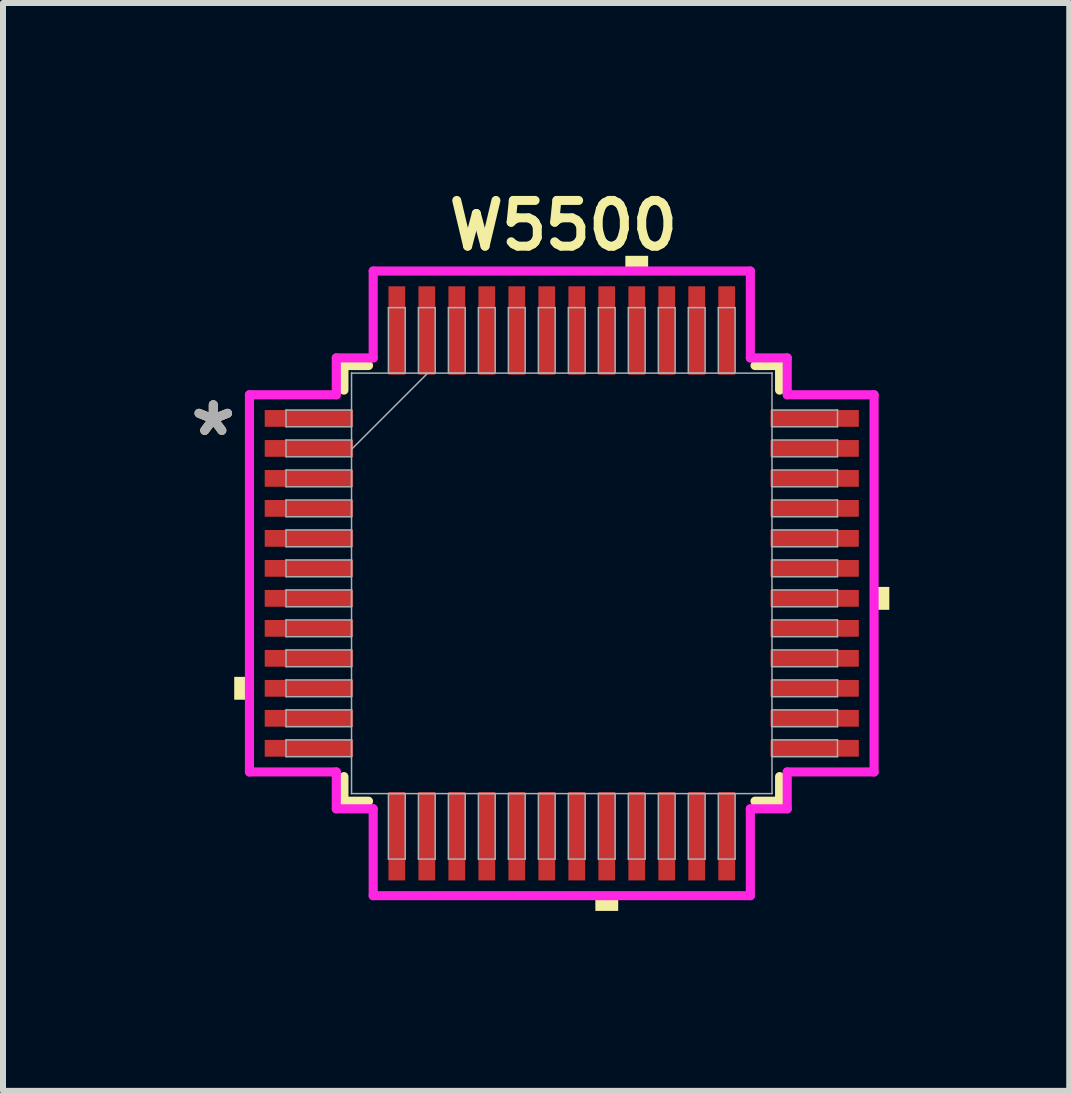
<source format=kicad_pcb>
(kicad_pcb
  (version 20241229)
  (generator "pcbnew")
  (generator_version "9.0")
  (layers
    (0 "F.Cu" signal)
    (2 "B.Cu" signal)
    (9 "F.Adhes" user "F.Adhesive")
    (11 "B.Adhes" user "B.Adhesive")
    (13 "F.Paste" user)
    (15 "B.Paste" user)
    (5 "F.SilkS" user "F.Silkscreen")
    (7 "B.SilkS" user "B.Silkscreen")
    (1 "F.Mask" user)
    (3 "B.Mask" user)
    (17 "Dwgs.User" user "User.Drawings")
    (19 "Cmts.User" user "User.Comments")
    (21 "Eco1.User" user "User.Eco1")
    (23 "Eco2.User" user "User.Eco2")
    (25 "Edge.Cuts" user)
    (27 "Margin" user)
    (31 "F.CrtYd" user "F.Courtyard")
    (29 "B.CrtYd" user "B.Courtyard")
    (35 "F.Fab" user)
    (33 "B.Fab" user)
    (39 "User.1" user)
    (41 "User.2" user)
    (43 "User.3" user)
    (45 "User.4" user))
  (footprint "W5500"
    (layer "F.Cu")
    (at 6.316 6.676)
    (property "Reference" "W5500" (at 0.027 -5.967 0) (unlocked yes) (layer "F.SilkS") (effects (font (size 0.762 0.762) (thickness 0.15))))
    (attr smd)
    (fp_line (start -3.632 -3.632) (end -3.632 -3.222) (stroke (width 0.152) (type solid)) (layer "F.SilkS"))
    (fp_line (start -3.632 3.222) (end -3.632 3.632) (stroke (width 0.152) (type solid)) (layer "F.SilkS"))
    (fp_line (start -3.632 3.632) (end -3.222 3.632) (stroke (width 0.152) (type solid)) (layer "F.SilkS"))
    (fp_line (start -3.222 -3.632) (end -3.632 -3.632) (stroke (width 0.152) (type solid)) (layer "F.SilkS"))
    (fp_line (start 3.222 3.632) (end 3.632 3.632) (stroke (width 0.152) (type solid)) (layer "F.SilkS"))
    (fp_line (start 3.632 -3.632) (end 3.222 -3.632) (stroke (width 0.152) (type solid)) (layer "F.SilkS"))
    (fp_line (start 3.632 -3.222) (end 3.632 -3.632) (stroke (width 0.152) (type solid)) (layer "F.SilkS"))
    (fp_line (start 3.632 3.632) (end 3.632 3.222) (stroke (width 0.152) (type solid)) (layer "F.SilkS"))
    (fp_poly (pts (xy -5.461 1.559) (xy -5.461 1.94) (xy -5.207 1.94) (xy -5.207 1.559)) (stroke (width 0) (type solid)) (fill yes) (layer "F.SilkS"))
    (fp_poly (pts (xy 0.56 5.207) (xy 0.56 5.461) (xy 0.941 5.461) (xy 0.941 5.207)) (stroke (width 0) (type solid)) (fill yes) (layer "F.SilkS"))
    (fp_poly (pts (xy 1.06 -5.207) (xy 1.06 -5.461) (xy 1.44 -5.461) (xy 1.44 -5.207)) (stroke (width 0) (type solid)) (fill yes) (layer "F.SilkS"))
    (fp_poly (pts (xy 5.461 0.059) (xy 5.461 0.441) (xy 5.207 0.441) (xy 5.207 0.059)) (stroke (width 0) (type solid)) (fill yes) (layer "F.SilkS"))
    (fp_line (start -5.207 -3.144) (end -3.759 -3.144) (stroke (width 0.152) (type solid)) (layer "F.CrtYd"))
    (fp_line (start -5.207 3.144) (end -5.207 -3.144) (stroke (width 0.152) (type solid)) (layer "F.CrtYd"))
    (fp_line (start -3.759 -3.759) (end -3.144 -3.759) (stroke (width 0.152) (type solid)) (layer "F.CrtYd"))
    (fp_line (start -3.759 -3.144) (end -3.759 -3.759) (stroke (width 0.152) (type solid)) (layer "F.CrtYd"))
    (fp_line (start -3.759 3.144) (end -5.207 3.144) (stroke (width 0.152) (type solid)) (layer "F.CrtYd"))
    (fp_line (start -3.759 3.759) (end -3.759 3.144) (stroke (width 0.152) (type solid)) (layer "F.CrtYd"))
    (fp_line (start -3.759 3.759) (end -3.144 3.759) (stroke (width 0.152) (type solid)) (layer "F.CrtYd"))
    (fp_line (start -3.144 -5.207) (end 3.144 -5.207) (stroke (width 0.152) (type solid)) (layer "F.CrtYd"))
    (fp_line (start -3.144 -3.759) (end -3.144 -5.207) (stroke (width 0.152) (type solid)) (layer "F.CrtYd"))
    (fp_line (start -3.144 3.759) (end -3.144 5.207) (stroke (width 0.152) (type solid)) (layer "F.CrtYd"))
    (fp_line (start -3.144 5.207) (end 3.144 5.207) (stroke (width 0.152) (type solid)) (layer "F.CrtYd"))
    (fp_line (start 3.144 -5.207) (end 3.144 -3.759) (stroke (width 0.152) (type solid)) (layer "F.CrtYd"))
    (fp_line (start 3.144 -3.759) (end 3.759 -3.759) (stroke (width 0.152) (type solid)) (layer "F.CrtYd"))
    (fp_line (start 3.144 3.759) (end 3.759 3.759) (stroke (width 0.152) (type solid)) (layer "F.CrtYd"))
    (fp_line (start 3.144 5.207) (end 3.144 3.759) (stroke (width 0.152) (type solid)) (layer "F.CrtYd"))
    (fp_line (start 3.759 -3.144) (end 3.759 -3.759) (stroke (width 0.152) (type solid)) (layer "F.CrtYd"))
    (fp_line (start 3.759 3.144) (end 5.207 3.144) (stroke (width 0.152) (type solid)) (layer "F.CrtYd"))
    (fp_line (start 3.759 3.759) (end 3.759 3.144) (stroke (width 0.152) (type solid)) (layer "F.CrtYd"))
    (fp_line (start 5.207 -3.144) (end 3.759 -3.144) (stroke (width 0.152) (type solid)) (layer "F.CrtYd"))
    (fp_line (start 5.207 3.144) (end 5.207 -3.144) (stroke (width 0.152) (type solid)) (layer "F.CrtYd"))
    (fp_line (start -4.597 -2.89) (end -4.597 -2.61) (stroke (width 0.025) (type solid)) (layer "F.Fab"))
    (fp_line (start -4.597 -2.61) (end -3.505 -2.61) (stroke (width 0.025) (type solid)) (layer "F.Fab"))
    (fp_line (start -4.597 -2.39) (end -4.597 -2.11) (stroke (width 0.025) (type solid)) (layer "F.Fab"))
    (fp_line (start -4.597 -2.11) (end -3.505 -2.11) (stroke (width 0.025) (type solid)) (layer "F.Fab"))
    (fp_line (start -4.597 -1.89) (end -4.597 -1.61) (stroke (width 0.025) (type solid)) (layer "F.Fab"))
    (fp_line (start -4.597 -1.61) (end -3.505 -1.61) (stroke (width 0.025) (type solid)) (layer "F.Fab"))
    (fp_line (start -4.597 -1.39) (end -4.597 -1.11) (stroke (width 0.025) (type solid)) (layer "F.Fab"))
    (fp_line (start -4.597 -1.11) (end -3.505 -1.11) (stroke (width 0.025) (type solid)) (layer "F.Fab"))
    (fp_line (start -4.597 -0.89) (end -4.597 -0.61) (stroke (width 0.025) (type solid)) (layer "F.Fab"))
    (fp_line (start -4.597 -0.61) (end -3.505 -0.61) (stroke (width 0.025) (type solid)) (layer "F.Fab"))
    (fp_line (start -4.597 -0.39) (end -4.597 -0.11) (stroke (width 0.025) (type solid)) (layer "F.Fab"))
    (fp_line (start -4.597 -0.11) (end -3.505 -0.11) (stroke (width 0.025) (type solid)) (layer "F.Fab"))
    (fp_line (start -4.597 0.11) (end -4.597 0.39) (stroke (width 0.025) (type solid)) (layer "F.Fab"))
    (fp_line (start -4.597 0.39) (end -3.505 0.39) (stroke (width 0.025) (type solid)) (layer "F.Fab"))
    (fp_line (start -4.597 0.61) (end -4.597 0.89) (stroke (width 0.025) (type solid)) (layer "F.Fab"))
    (fp_line (start -4.597 0.89) (end -3.505 0.89) (stroke (width 0.025) (type solid)) (layer "F.Fab"))
    (fp_line (start -4.597 1.11) (end -4.597 1.39) (stroke (width 0.025) (type solid)) (layer "F.Fab"))
    (fp_line (start -4.597 1.39) (end -3.505 1.39) (stroke (width 0.025) (type solid)) (layer "F.Fab"))
    (fp_line (start -4.597 1.61) (end -4.597 1.89) (stroke (width 0.025) (type solid)) (layer "F.Fab"))
    (fp_line (start -4.597 1.89) (end -3.505 1.89) (stroke (width 0.025) (type solid)) (layer "F.Fab"))
    (fp_line (start -4.597 2.11) (end -4.597 2.39) (stroke (width 0.025) (type solid)) (layer "F.Fab"))
    (fp_line (start -4.597 2.39) (end -3.505 2.39) (stroke (width 0.025) (type solid)) (layer "F.Fab"))
    (fp_line (start -4.597 2.61) (end -4.597 2.89) (stroke (width 0.025) (type solid)) (layer "F.Fab"))
    (fp_line (start -4.597 2.89) (end -3.505 2.89) (stroke (width 0.025) (type solid)) (layer "F.Fab"))
    (fp_line (start -3.505 -3.505) (end -3.505 -3.505) (stroke (width 0.025) (type solid)) (layer "F.Fab"))
    (fp_line (start -3.505 -3.505) (end -3.505 3.505) (stroke (width 0.025) (type solid)) (layer "F.Fab"))
    (fp_line (start -3.505 -2.89) (end -4.597 -2.89) (stroke (width 0.025) (type solid)) (layer "F.Fab"))
    (fp_line (start -3.505 -2.61) (end -3.505 -2.89) (stroke (width 0.025) (type solid)) (layer "F.Fab"))
    (fp_line (start -3.505 -2.39) (end -4.597 -2.39) (stroke (width 0.025) (type solid)) (layer "F.Fab"))
    (fp_line (start -3.505 -2.235) (end -2.235 -3.505) (stroke (width 0.025) (type solid)) (layer "F.Fab"))
    (fp_line (start -3.505 -2.11) (end -3.505 -2.39) (stroke (width 0.025) (type solid)) (layer "F.Fab"))
    (fp_line (start -3.505 -1.89) (end -4.597 -1.89) (stroke (width 0.025) (type solid)) (layer "F.Fab"))
    (fp_line (start -3.505 -1.61) (end -3.505 -1.89) (stroke (width 0.025) (type solid)) (layer "F.Fab"))
    (fp_line (start -3.505 -1.39) (end -4.597 -1.39) (stroke (width 0.025) (type solid)) (layer "F.Fab"))
    (fp_line (start -3.505 -1.11) (end -3.505 -1.39) (stroke (width 0.025) (type solid)) (layer "F.Fab"))
    (fp_line (start -3.505 -0.89) (end -4.597 -0.89) (stroke (width 0.025) (type solid)) (layer "F.Fab"))
    (fp_line (start -3.505 -0.61) (end -3.505 -0.89) (stroke (width 0.025) (type solid)) (layer "F.Fab"))
    (fp_line (start -3.505 -0.39) (end -4.597 -0.39) (stroke (width 0.025) (type solid)) (layer "F.Fab"))
    (fp_line (start -3.505 -0.11) (end -3.505 -0.39) (stroke (width 0.025) (type solid)) (layer "F.Fab"))
    (fp_line (start -3.505 0.11) (end -4.597 0.11) (stroke (width 0.025) (type solid)) (layer "F.Fab"))
    (fp_line (start -3.505 0.39) (end -3.505 0.11) (stroke (width 0.025) (type solid)) (layer "F.Fab"))
    (fp_line (start -3.505 0.61) (end -4.597 0.61) (stroke (width 0.025) (type solid)) (layer "F.Fab"))
    (fp_line (start -3.505 0.89) (end -3.505 0.61) (stroke (width 0.025) (type solid)) (layer "F.Fab"))
    (fp_line (start -3.505 1.11) (end -4.597 1.11) (stroke (width 0.025) (type solid)) (layer "F.Fab"))
    (fp_line (start -3.505 1.39) (end -3.505 1.11) (stroke (width 0.025) (type solid)) (layer "F.Fab"))
    (fp_line (start -3.505 1.61) (end -4.597 1.61) (stroke (width 0.025) (type solid)) (layer "F.Fab"))
    (fp_line (start -3.505 1.89) (end -3.505 1.61) (stroke (width 0.025) (type solid)) (layer "F.Fab"))
    (fp_line (start -3.505 2.11) (end -4.597 2.11) (stroke (width 0.025) (type solid)) (layer "F.Fab"))
    (fp_line (start -3.505 2.39) (end -3.505 2.11) (stroke (width 0.025) (type solid)) (layer "F.Fab"))
    (fp_line (start -3.505 2.61) (end -4.597 2.61) (stroke (width 0.025) (type solid)) (layer "F.Fab"))
    (fp_line (start -3.505 2.89) (end -3.505 2.61) (stroke (width 0.025) (type solid)) (layer "F.Fab"))
    (fp_line (start -3.505 3.505) (end -3.505 3.505) (stroke (width 0.025) (type solid)) (layer "F.Fab"))
    (fp_line (start -3.505 3.505) (end 3.505 3.505) (stroke (width 0.025) (type solid)) (layer "F.Fab"))
    (fp_line (start -2.89 -4.597) (end -2.89 -3.505) (stroke (width 0.025) (type solid)) (layer "F.Fab"))
    (fp_line (start -2.89 -3.505) (end -2.61 -3.505) (stroke (width 0.025) (type solid)) (layer "F.Fab"))
    (fp_line (start -2.89 3.505) (end -2.89 4.597) (stroke (width 0.025) (type solid)) (layer "F.Fab"))
    (fp_line (start -2.89 4.597) (end -2.61 4.597) (stroke (width 0.025) (type solid)) (layer "F.Fab"))
    (fp_line (start -2.61 -4.597) (end -2.89 -4.597) (stroke (width 0.025) (type solid)) (layer "F.Fab"))
    (fp_line (start -2.61 -3.505) (end -2.61 -4.597) (stroke (width 0.025) (type solid)) (layer "F.Fab"))
    (fp_line (start -2.61 3.505) (end -2.89 3.505) (stroke (width 0.025) (type solid)) (layer "F.Fab"))
    (fp_line (start -2.61 4.597) (end -2.61 3.505) (stroke (width 0.025) (type solid)) (layer "F.Fab"))
    (fp_line (start -2.39 -4.597) (end -2.39 -3.505) (stroke (width 0.025) (type solid)) (layer "F.Fab"))
    (fp_line (start -2.39 -3.505) (end -2.11 -3.505) (stroke (width 0.025) (type solid)) (layer "F.Fab"))
    (fp_line (start -2.39 3.505) (end -2.39 4.597) (stroke (width 0.025) (type solid)) (layer "F.Fab"))
    (fp_line (start -2.39 4.597) (end -2.11 4.597) (stroke (width 0.025) (type solid)) (layer "F.Fab"))
    (fp_line (start -2.11 -4.597) (end -2.39 -4.597) (stroke (width 0.025) (type solid)) (layer "F.Fab"))
    (fp_line (start -2.11 -3.505) (end -2.11 -4.597) (stroke (width 0.025) (type solid)) (layer "F.Fab"))
    (fp_line (start -2.11 3.505) (end -2.39 3.505) (stroke (width 0.025) (type solid)) (layer "F.Fab"))
    (fp_line (start -2.11 4.597) (end -2.11 3.505) (stroke (width 0.025) (type solid)) (layer "F.Fab"))
    (fp_line (start -1.89 -4.597) (end -1.89 -3.505) (stroke (width 0.025) (type solid)) (layer "F.Fab"))
    (fp_line (start -1.89 -3.505) (end -1.61 -3.505) (stroke (width 0.025) (type solid)) (layer "F.Fab"))
    (fp_line (start -1.89 3.505) (end -1.89 4.597) (stroke (width 0.025) (type solid)) (layer "F.Fab"))
    (fp_line (start -1.89 4.597) (end -1.61 4.597) (stroke (width 0.025) (type solid)) (layer "F.Fab"))
    (fp_line (start -1.61 -4.597) (end -1.89 -4.597) (stroke (width 0.025) (type solid)) (layer "F.Fab"))
    (fp_line (start -1.61 -3.505) (end -1.61 -4.597) (stroke (width 0.025) (type solid)) (layer "F.Fab"))
    (fp_line (start -1.61 3.505) (end -1.89 3.505) (stroke (width 0.025) (type solid)) (layer "F.Fab"))
    (fp_line (start -1.61 4.597) (end -1.61 3.505) (stroke (width 0.025) (type solid)) (layer "F.Fab"))
    (fp_line (start -1.39 -4.597) (end -1.39 -3.505) (stroke (width 0.025) (type solid)) (layer "F.Fab"))
    (fp_line (start -1.39 -3.505) (end -1.11 -3.505) (stroke (width 0.025) (type solid)) (layer "F.Fab"))
    (fp_line (start -1.39 3.505) (end -1.39 4.597) (stroke (width 0.025) (type solid)) (layer "F.Fab"))
    (fp_line (start -1.39 4.597) (end -1.11 4.597) (stroke (width 0.025) (type solid)) (layer "F.Fab"))
    (fp_line (start -1.11 -4.597) (end -1.39 -4.597) (stroke (width 0.025) (type solid)) (layer "F.Fab"))
    (fp_line (start -1.11 -3.505) (end -1.11 -4.597) (stroke (width 0.025) (type solid)) (layer "F.Fab"))
    (fp_line (start -1.11 3.505) (end -1.39 3.505) (stroke (width 0.025) (type solid)) (layer "F.Fab"))
    (fp_line (start -1.11 4.597) (end -1.11 3.505) (stroke (width 0.025) (type solid)) (layer "F.Fab"))
    (fp_line (start -0.89 -4.597) (end -0.89 -3.505) (stroke (width 0.025) (type solid)) (layer "F.Fab"))
    (fp_line (start -0.89 -3.505) (end -0.61 -3.505) (stroke (width 0.025) (type solid)) (layer "F.Fab"))
    (fp_line (start -0.89 3.505) (end -0.89 4.597) (stroke (width 0.025) (type solid)) (layer "F.Fab"))
    (fp_line (start -0.89 4.597) (end -0.61 4.597) (stroke (width 0.025) (type solid)) (layer "F.Fab"))
    (fp_line (start -0.61 -4.597) (end -0.89 -4.597) (stroke (width 0.025) (type solid)) (layer "F.Fab"))
    (fp_line (start -0.61 -3.505) (end -0.61 -4.597) (stroke (width 0.025) (type solid)) (layer "F.Fab"))
    (fp_line (start -0.61 3.505) (end -0.89 3.505) (stroke (width 0.025) (type solid)) (layer "F.Fab"))
    (fp_line (start -0.61 4.597) (end -0.61 3.505) (stroke (width 0.025) (type solid)) (layer "F.Fab"))
    (fp_line (start -0.39 -4.597) (end -0.39 -3.505) (stroke (width 0.025) (type solid)) (layer "F.Fab"))
    (fp_line (start -0.39 -3.505) (end -0.11 -3.505) (stroke (width 0.025) (type solid)) (layer "F.Fab"))
    (fp_line (start -0.39 3.505) (end -0.39 4.597) (stroke (width 0.025) (type solid)) (layer "F.Fab"))
    (fp_line (start -0.39 4.597) (end -0.11 4.597) (stroke (width 0.025) (type solid)) (layer "F.Fab"))
    (fp_line (start -0.11 -4.597) (end -0.39 -4.597) (stroke (width 0.025) (type solid)) (layer "F.Fab"))
    (fp_line (start -0.11 -3.505) (end -0.11 -4.597) (stroke (width 0.025) (type solid)) (layer "F.Fab"))
    (fp_line (start -0.11 3.505) (end -0.39 3.505) (stroke (width 0.025) (type solid)) (layer "F.Fab"))
    (fp_line (start -0.11 4.597) (end -0.11 3.505) (stroke (width 0.025) (type solid)) (layer "F.Fab"))
    (fp_line (start 0.11 -4.597) (end 0.11 -3.505) (stroke (width 0.025) (type solid)) (layer "F.Fab"))
    (fp_line (start 0.11 -3.505) (end 0.39 -3.505) (stroke (width 0.025) (type solid)) (layer "F.Fab"))
    (fp_line (start 0.11 3.505) (end 0.11 4.597) (stroke (width 0.025) (type solid)) (layer "F.Fab"))
    (fp_line (start 0.11 4.597) (end 0.39 4.597) (stroke (width 0.025) (type solid)) (layer "F.Fab"))
    (fp_line (start 0.39 -4.597) (end 0.11 -4.597) (stroke (width 0.025) (type solid)) (layer "F.Fab"))
    (fp_line (start 0.39 -3.505) (end 0.39 -4.597) (stroke (width 0.025) (type solid)) (layer "F.Fab"))
    (fp_line (start 0.39 3.505) (end 0.11 3.505) (stroke (width 0.025) (type solid)) (layer "F.Fab"))
    (fp_line (start 0.39 4.597) (end 0.39 3.505) (stroke (width 0.025) (type solid)) (layer "F.Fab"))
    (fp_line (start 0.61 -4.597) (end 0.61 -3.505) (stroke (width 0.025) (type solid)) (layer "F.Fab"))
    (fp_line (start 0.61 -3.505) (end 0.89 -3.505) (stroke (width 0.025) (type solid)) (layer "F.Fab"))
    (fp_line (start 0.61 3.505) (end 0.61 4.597) (stroke (width 0.025) (type solid)) (layer "F.Fab"))
    (fp_line (start 0.61 4.597) (end 0.89 4.597) (stroke (width 0.025) (type solid)) (layer "F.Fab"))
    (fp_line (start 0.89 -4.597) (end 0.61 -4.597) (stroke (width 0.025) (type solid)) (layer "F.Fab"))
    (fp_line (start 0.89 -3.505) (end 0.89 -4.597) (stroke (width 0.025) (type solid)) (layer "F.Fab"))
    (fp_line (start 0.89 3.505) (end 0.61 3.505) (stroke (width 0.025) (type solid)) (layer "F.Fab"))
    (fp_line (start 0.89 4.597) (end 0.89 3.505) (stroke (width 0.025) (type solid)) (layer "F.Fab"))
    (fp_line (start 1.11 -4.597) (end 1.11 -3.505) (stroke (width 0.025) (type solid)) (layer "F.Fab"))
    (fp_line (start 1.11 -3.505) (end 1.39 -3.505) (stroke (width 0.025) (type solid)) (layer "F.Fab"))
    (fp_line (start 1.11 3.505) (end 1.11 4.597) (stroke (width 0.025) (type solid)) (layer "F.Fab"))
    (fp_line (start 1.11 4.597) (end 1.39 4.597) (stroke (width 0.025) (type solid)) (layer "F.Fab"))
    (fp_line (start 1.39 -4.597) (end 1.11 -4.597) (stroke (width 0.025) (type solid)) (layer "F.Fab"))
    (fp_line (start 1.39 -3.505) (end 1.39 -4.597) (stroke (width 0.025) (type solid)) (layer "F.Fab"))
    (fp_line (start 1.39 3.505) (end 1.11 3.505) (stroke (width 0.025) (type solid)) (layer "F.Fab"))
    (fp_line (start 1.39 4.597) (end 1.39 3.505) (stroke (width 0.025) (type solid)) (layer "F.Fab"))
    (fp_line (start 1.61 -4.597) (end 1.61 -3.505) (stroke (width 0.025) (type solid)) (layer "F.Fab"))
    (fp_line (start 1.61 -3.505) (end 1.89 -3.505) (stroke (width 0.025) (type solid)) (layer "F.Fab"))
    (fp_line (start 1.61 3.505) (end 1.61 4.597) (stroke (width 0.025) (type solid)) (layer "F.Fab"))
    (fp_line (start 1.61 4.597) (end 1.89 4.597) (stroke (width 0.025) (type solid)) (layer "F.Fab"))
    (fp_line (start 1.89 -4.597) (end 1.61 -4.597) (stroke (width 0.025) (type solid)) (layer "F.Fab"))
    (fp_line (start 1.89 -3.505) (end 1.89 -4.597) (stroke (width 0.025) (type solid)) (layer "F.Fab"))
    (fp_line (start 1.89 3.505) (end 1.61 3.505) (stroke (width 0.025) (type solid)) (layer "F.Fab"))
    (fp_line (start 1.89 4.597) (end 1.89 3.505) (stroke (width 0.025) (type solid)) (layer "F.Fab"))
    (fp_line (start 2.11 -4.597) (end 2.11 -3.505) (stroke (width 0.025) (type solid)) (layer "F.Fab"))
    (fp_line (start 2.11 -3.505) (end 2.39 -3.505) (stroke (width 0.025) (type solid)) (layer "F.Fab"))
    (fp_line (start 2.11 3.505) (end 2.11 4.597) (stroke (width 0.025) (type solid)) (layer "F.Fab"))
    (fp_line (start 2.11 4.597) (end 2.39 4.597) (stroke (width 0.025) (type solid)) (layer "F.Fab"))
    (fp_line (start 2.39 -4.597) (end 2.11 -4.597) (stroke (width 0.025) (type solid)) (layer "F.Fab"))
    (fp_line (start 2.39 -3.505) (end 2.39 -4.597) (stroke (width 0.025) (type solid)) (layer "F.Fab"))
    (fp_line (start 2.39 3.505) (end 2.11 3.505) (stroke (width 0.025) (type solid)) (layer "F.Fab"))
    (fp_line (start 2.39 4.597) (end 2.39 3.505) (stroke (width 0.025) (type solid)) (layer "F.Fab"))
    (fp_line (start 2.61 -4.597) (end 2.61 -3.505) (stroke (width 0.025) (type solid)) (layer "F.Fab"))
    (fp_line (start 2.61 -3.505) (end 2.89 -3.505) (stroke (width 0.025) (type solid)) (layer "F.Fab"))
    (fp_line (start 2.61 3.505) (end 2.61 4.597) (stroke (width 0.025) (type solid)) (layer "F.Fab"))
    (fp_line (start 2.61 4.597) (end 2.89 4.597) (stroke (width 0.025) (type solid)) (layer "F.Fab"))
    (fp_line (start 2.89 -4.597) (end 2.61 -4.597) (stroke (width 0.025) (type solid)) (layer "F.Fab"))
    (fp_line (start 2.89 -3.505) (end 2.89 -4.597) (stroke (width 0.025) (type solid)) (layer "F.Fab"))
    (fp_line (start 2.89 3.505) (end 2.61 3.505) (stroke (width 0.025) (type solid)) (layer "F.Fab"))
    (fp_line (start 2.89 4.597) (end 2.89 3.505) (stroke (width 0.025) (type solid)) (layer "F.Fab"))
    (fp_line (start 3.505 -3.505) (end -3.505 -3.505) (stroke (width 0.025) (type solid)) (layer "F.Fab"))
    (fp_line (start 3.505 -3.505) (end 3.505 -3.505) (stroke (width 0.025) (type solid)) (layer "F.Fab"))
    (fp_line (start 3.505 -2.89) (end 3.505 -2.61) (stroke (width 0.025) (type solid)) (layer "F.Fab"))
    (fp_line (start 3.505 -2.61) (end 4.597 -2.61) (stroke (width 0.025) (type solid)) (layer "F.Fab"))
    (fp_line (start 3.505 -2.39) (end 3.505 -2.11) (stroke (width 0.025) (type solid)) (layer "F.Fab"))
    (fp_line (start 3.505 -2.11) (end 4.597 -2.11) (stroke (width 0.025) (type solid)) (layer "F.Fab"))
    (fp_line (start 3.505 -1.89) (end 3.505 -1.61) (stroke (width 0.025) (type solid)) (layer "F.Fab"))
    (fp_line (start 3.505 -1.61) (end 4.597 -1.61) (stroke (width 0.025) (type solid)) (layer "F.Fab"))
    (fp_line (start 3.505 -1.39) (end 3.505 -1.11) (stroke (width 0.025) (type solid)) (layer "F.Fab"))
    (fp_line (start 3.505 -1.11) (end 4.597 -1.11) (stroke (width 0.025) (type solid)) (layer "F.Fab"))
    (fp_line (start 3.505 -0.89) (end 3.505 -0.61) (stroke (width 0.025) (type solid)) (layer "F.Fab"))
    (fp_line (start 3.505 -0.61) (end 4.597 -0.61) (stroke (width 0.025) (type solid)) (layer "F.Fab"))
    (fp_line (start 3.505 -0.39) (end 3.505 -0.11) (stroke (width 0.025) (type solid)) (layer "F.Fab"))
    (fp_line (start 3.505 -0.11) (end 4.597 -0.11) (stroke (width 0.025) (type solid)) (layer "F.Fab"))
    (fp_line (start 3.505 0.11) (end 3.505 0.39) (stroke (width 0.025) (type solid)) (layer "F.Fab"))
    (fp_line (start 3.505 0.39) (end 4.597 0.39) (stroke (width 0.025) (type solid)) (layer "F.Fab"))
    (fp_line (start 3.505 0.61) (end 3.505 0.89) (stroke (width 0.025) (type solid)) (layer "F.Fab"))
    (fp_line (start 3.505 0.89) (end 4.597 0.89) (stroke (width 0.025) (type solid)) (layer "F.Fab"))
    (fp_line (start 3.505 1.11) (end 3.505 1.39) (stroke (width 0.025) (type solid)) (layer "F.Fab"))
    (fp_line (start 3.505 1.39) (end 4.597 1.39) (stroke (width 0.025) (type solid)) (layer "F.Fab"))
    (fp_line (start 3.505 1.61) (end 3.505 1.89) (stroke (width 0.025) (type solid)) (layer "F.Fab"))
    (fp_line (start 3.505 1.89) (end 4.597 1.89) (stroke (width 0.025) (type solid)) (layer "F.Fab"))
    (fp_line (start 3.505 2.11) (end 3.505 2.39) (stroke (width 0.025) (type solid)) (layer "F.Fab"))
    (fp_line (start 3.505 2.39) (end 4.597 2.39) (stroke (width 0.025) (type solid)) (layer "F.Fab"))
    (fp_line (start 3.505 2.61) (end 3.505 2.89) (stroke (width 0.025) (type solid)) (layer "F.Fab"))
    (fp_line (start 3.505 2.89) (end 4.597 2.89) (stroke (width 0.025) (type solid)) (layer "F.Fab"))
    (fp_line (start 3.505 3.505) (end 3.505 -3.505) (stroke (width 0.025) (type solid)) (layer "F.Fab"))
    (fp_line (start 3.505 3.505) (end 3.505 3.505) (stroke (width 0.025) (type solid)) (layer "F.Fab"))
    (fp_line (start 4.597 -2.89) (end 3.505 -2.89) (stroke (width 0.025) (type solid)) (layer "F.Fab"))
    (fp_line (start 4.597 -2.61) (end 4.597 -2.89) (stroke (width 0.025) (type solid)) (layer "F.Fab"))
    (fp_line (start 4.597 -2.39) (end 3.505 -2.39) (stroke (width 0.025) (type solid)) (layer "F.Fab"))
    (fp_line (start 4.597 -2.11) (end 4.597 -2.39) (stroke (width 0.025) (type solid)) (layer "F.Fab"))
    (fp_line (start 4.597 -1.89) (end 3.505 -1.89) (stroke (width 0.025) (type solid)) (layer "F.Fab"))
    (fp_line (start 4.597 -1.61) (end 4.597 -1.89) (stroke (width 0.025) (type solid)) (layer "F.Fab"))
    (fp_line (start 4.597 -1.39) (end 3.505 -1.39) (stroke (width 0.025) (type solid)) (layer "F.Fab"))
    (fp_line (start 4.597 -1.11) (end 4.597 -1.39) (stroke (width 0.025) (type solid)) (layer "F.Fab"))
    (fp_line (start 4.597 -0.89) (end 3.505 -0.89) (stroke (width 0.025) (type solid)) (layer "F.Fab"))
    (fp_line (start 4.597 -0.61) (end 4.597 -0.89) (stroke (width 0.025) (type solid)) (layer "F.Fab"))
    (fp_line (start 4.597 -0.39) (end 3.505 -0.39) (stroke (width 0.025) (type solid)) (layer "F.Fab"))
    (fp_line (start 4.597 -0.11) (end 4.597 -0.39) (stroke (width 0.025) (type solid)) (layer "F.Fab"))
    (fp_line (start 4.597 0.11) (end 3.505 0.11) (stroke (width 0.025) (type solid)) (layer "F.Fab"))
    (fp_line (start 4.597 0.39) (end 4.597 0.11) (stroke (width 0.025) (type solid)) (layer "F.Fab"))
    (fp_line (start 4.597 0.61) (end 3.505 0.61) (stroke (width 0.025) (type solid)) (layer "F.Fab"))
    (fp_line (start 4.597 0.89) (end 4.597 0.61) (stroke (width 0.025) (type solid)) (layer "F.Fab"))
    (fp_line (start 4.597 1.11) (end 3.505 1.11) (stroke (width 0.025) (type solid)) (layer "F.Fab"))
    (fp_line (start 4.597 1.39) (end 4.597 1.11) (stroke (width 0.025) (type solid)) (layer "F.Fab"))
    (fp_line (start 4.597 1.61) (end 3.505 1.61) (stroke (width 0.025) (type solid)) (layer "F.Fab"))
    (fp_line (start 4.597 1.89) (end 4.597 1.61) (stroke (width 0.025) (type solid)) (layer "F.Fab"))
    (fp_line (start 4.597 2.11) (end 3.505 2.11) (stroke (width 0.025) (type solid)) (layer "F.Fab"))
    (fp_line (start 4.597 2.39) (end 4.597 2.11) (stroke (width 0.025) (type solid)) (layer "F.Fab"))
    (fp_line (start 4.597 2.61) (end 3.505 2.61) (stroke (width 0.025) (type solid)) (layer "F.Fab"))
    (fp_line (start 4.597 2.89) (end 4.597 2.61) (stroke (width 0.025) (type solid)) (layer "F.Fab"))
    (fp_text user "*" (at -5.81 -2.433 0) (layer "F.SilkS") (effects (font (size 1 1) (thickness 0.15))))
    (fp_text user "*" (at -5.81 -2.433 0) (unlocked yes) (layer "F.Fab") (effects (font (size 1 1) (thickness 0.15))))
    (pad "1" smd rect (at -4.216 -2.75 90) (size 0.279 1.473) (layers "F.Cu" "F.Mask" "F.Paste"))
    (pad "2" smd rect (at -4.216 -2.25 90) (size 0.279 1.473) (layers "F.Cu" "F.Mask" "F.Paste"))
    (pad "3" smd rect (at -4.216 -1.75 90) (size 0.279 1.473) (layers "F.Cu" "F.Mask" "F.Paste"))
    (pad "4" smd rect (at -4.216 -1.25 90) (size 0.279 1.473) (layers "F.Cu" "F.Mask" "F.Paste"))
    (pad "5" smd rect (at -4.216 -0.75 90) (size 0.279 1.473) (layers "F.Cu" "F.Mask" "F.Paste"))
    (pad "6" smd rect (at -4.216 -0.25 90) (size 0.279 1.473) (layers "F.Cu" "F.Mask" "F.Paste"))
    (pad "7" smd rect (at -4.216 0.25 90) (size 0.279 1.473) (layers "F.Cu" "F.Mask" "F.Paste"))
    (pad "8" smd rect (at -4.216 0.75 90) (size 0.279 1.473) (layers "F.Cu" "F.Mask" "F.Paste"))
    (pad "9" smd rect (at -4.216 1.25 90) (size 0.279 1.473) (layers "F.Cu" "F.Mask" "F.Paste"))
    (pad "10" smd rect (at -4.216 1.75 90) (size 0.279 1.473) (layers "F.Cu" "F.Mask" "F.Paste"))
    (pad "11" smd rect (at -4.216 2.25 90) (size 0.279 1.473) (layers "F.Cu" "F.Mask" "F.Paste"))
    (pad "12" smd rect (at -4.216 2.75 90) (size 0.279 1.473) (layers "F.Cu" "F.Mask" "F.Paste"))
    (pad "13" smd rect (at -2.75 4.216) (size 0.279 1.473) (layers "F.Cu" "F.Mask" "F.Paste"))
    (pad "14" smd rect (at -2.25 4.216) (size 0.279 1.473) (layers "F.Cu" "F.Mask" "F.Paste"))
    (pad "15" smd rect (at -1.75 4.216) (size 0.279 1.473) (layers "F.Cu" "F.Mask" "F.Paste"))
    (pad "16" smd rect (at -1.25 4.216) (size 0.279 1.473) (layers "F.Cu" "F.Mask" "F.Paste"))
    (pad "17" smd rect (at -0.75 4.216) (size 0.279 1.473) (layers "F.Cu" "F.Mask" "F.Paste"))
    (pad "18" smd rect (at -0.25 4.216) (size 0.279 1.473) (layers "F.Cu" "F.Mask" "F.Paste"))
    (pad "19" smd rect (at 0.25 4.216) (size 0.279 1.473) (layers "F.Cu" "F.Mask" "F.Paste"))
    (pad "20" smd rect (at 0.75 4.216) (size 0.279 1.473) (layers "F.Cu" "F.Mask" "F.Paste"))
    (pad "21" smd rect (at 1.25 4.216) (size 0.279 1.473) (layers "F.Cu" "F.Mask" "F.Paste"))
    (pad "22" smd rect (at 1.75 4.216) (size 0.279 1.473) (layers "F.Cu" "F.Mask" "F.Paste"))
    (pad "23" smd rect (at 2.25 4.216) (size 0.279 1.473) (layers "F.Cu" "F.Mask" "F.Paste"))
    (pad "24" smd rect (at 2.75 4.216) (size 0.279 1.473) (layers "F.Cu" "F.Mask" "F.Paste"))
    (pad "25" smd rect (at 4.216 2.75 90) (size 0.279 1.473) (layers "F.Cu" "F.Mask" "F.Paste"))
    (pad "26" smd rect (at 4.216 2.25 90) (size 0.279 1.473) (layers "F.Cu" "F.Mask" "F.Paste"))
    (pad "27" smd rect (at 4.216 1.75 90) (size 0.279 1.473) (layers "F.Cu" "F.Mask" "F.Paste"))
    (pad "28" smd rect (at 4.216 1.25 90) (size 0.279 1.473) (layers "F.Cu" "F.Mask" "F.Paste"))
    (pad "29" smd rect (at 4.216 0.75 90) (size 0.279 1.473) (layers "F.Cu" "F.Mask" "F.Paste"))
    (pad "30" smd rect (at 4.216 0.25 90) (size 0.279 1.473) (layers "F.Cu" "F.Mask" "F.Paste"))
    (pad "31" smd rect (at 4.216 -0.25 90) (size 0.279 1.473) (layers "F.Cu" "F.Mask" "F.Paste"))
    (pad "32" smd rect (at 4.216 -0.75 90) (size 0.279 1.473) (layers "F.Cu" "F.Mask" "F.Paste"))
    (pad "33" smd rect (at 4.216 -1.25 90) (size 0.279 1.473) (layers "F.Cu" "F.Mask" "F.Paste"))
    (pad "34" smd rect (at 4.216 -1.75 90) (size 0.279 1.473) (layers "F.Cu" "F.Mask" "F.Paste"))
    (pad "35" smd rect (at 4.216 -2.25 90) (size 0.279 1.473) (layers "F.Cu" "F.Mask" "F.Paste"))
    (pad "36" smd rect (at 4.216 -2.75 90) (size 0.279 1.473) (layers "F.Cu" "F.Mask" "F.Paste"))
    (pad "37" smd rect (at 2.75 -4.216) (size 0.279 1.473) (layers "F.Cu" "F.Mask" "F.Paste"))
    (pad "38" smd rect (at 2.25 -4.216) (size 0.279 1.473) (layers "F.Cu" "F.Mask" "F.Paste"))
    (pad "39" smd rect (at 1.75 -4.216) (size 0.279 1.473) (layers "F.Cu" "F.Mask" "F.Paste"))
    (pad "40" smd rect (at 1.25 -4.216) (size 0.279 1.473) (layers "F.Cu" "F.Mask" "F.Paste"))
    (pad "41" smd rect (at 0.75 -4.216) (size 0.279 1.473) (layers "F.Cu" "F.Mask" "F.Paste"))
    (pad "42" smd rect (at 0.25 -4.216) (size 0.279 1.473) (layers "F.Cu" "F.Mask" "F.Paste"))
    (pad "43" smd rect (at -0.25 -4.216) (size 0.279 1.473) (layers "F.Cu" "F.Mask" "F.Paste"))
    (pad "44" smd rect (at -0.75 -4.216) (size 0.279 1.473) (layers "F.Cu" "F.Mask" "F.Paste"))
    (pad "45" smd rect (at -1.25 -4.216) (size 0.279 1.473) (layers "F.Cu" "F.Mask" "F.Paste"))
    (pad "46" smd rect (at -1.75 -4.216) (size 0.279 1.473) (layers "F.Cu" "F.Mask" "F.Paste"))
    (pad "47" smd rect (at -2.25 -4.216) (size 0.279 1.473) (layers "F.Cu" "F.Mask" "F.Paste"))
    (pad "48" smd rect (at -2.75 -4.216) (size 0.279 1.473) (layers "F.Cu" "F.Mask" "F.Paste")))
  (gr_rect
    (start -3 -3)
    (end 14.777 15.137)
    (stroke (width 0.1) (type default))
    (fill no)
    (layer "Edge.Cuts")))
</source>
